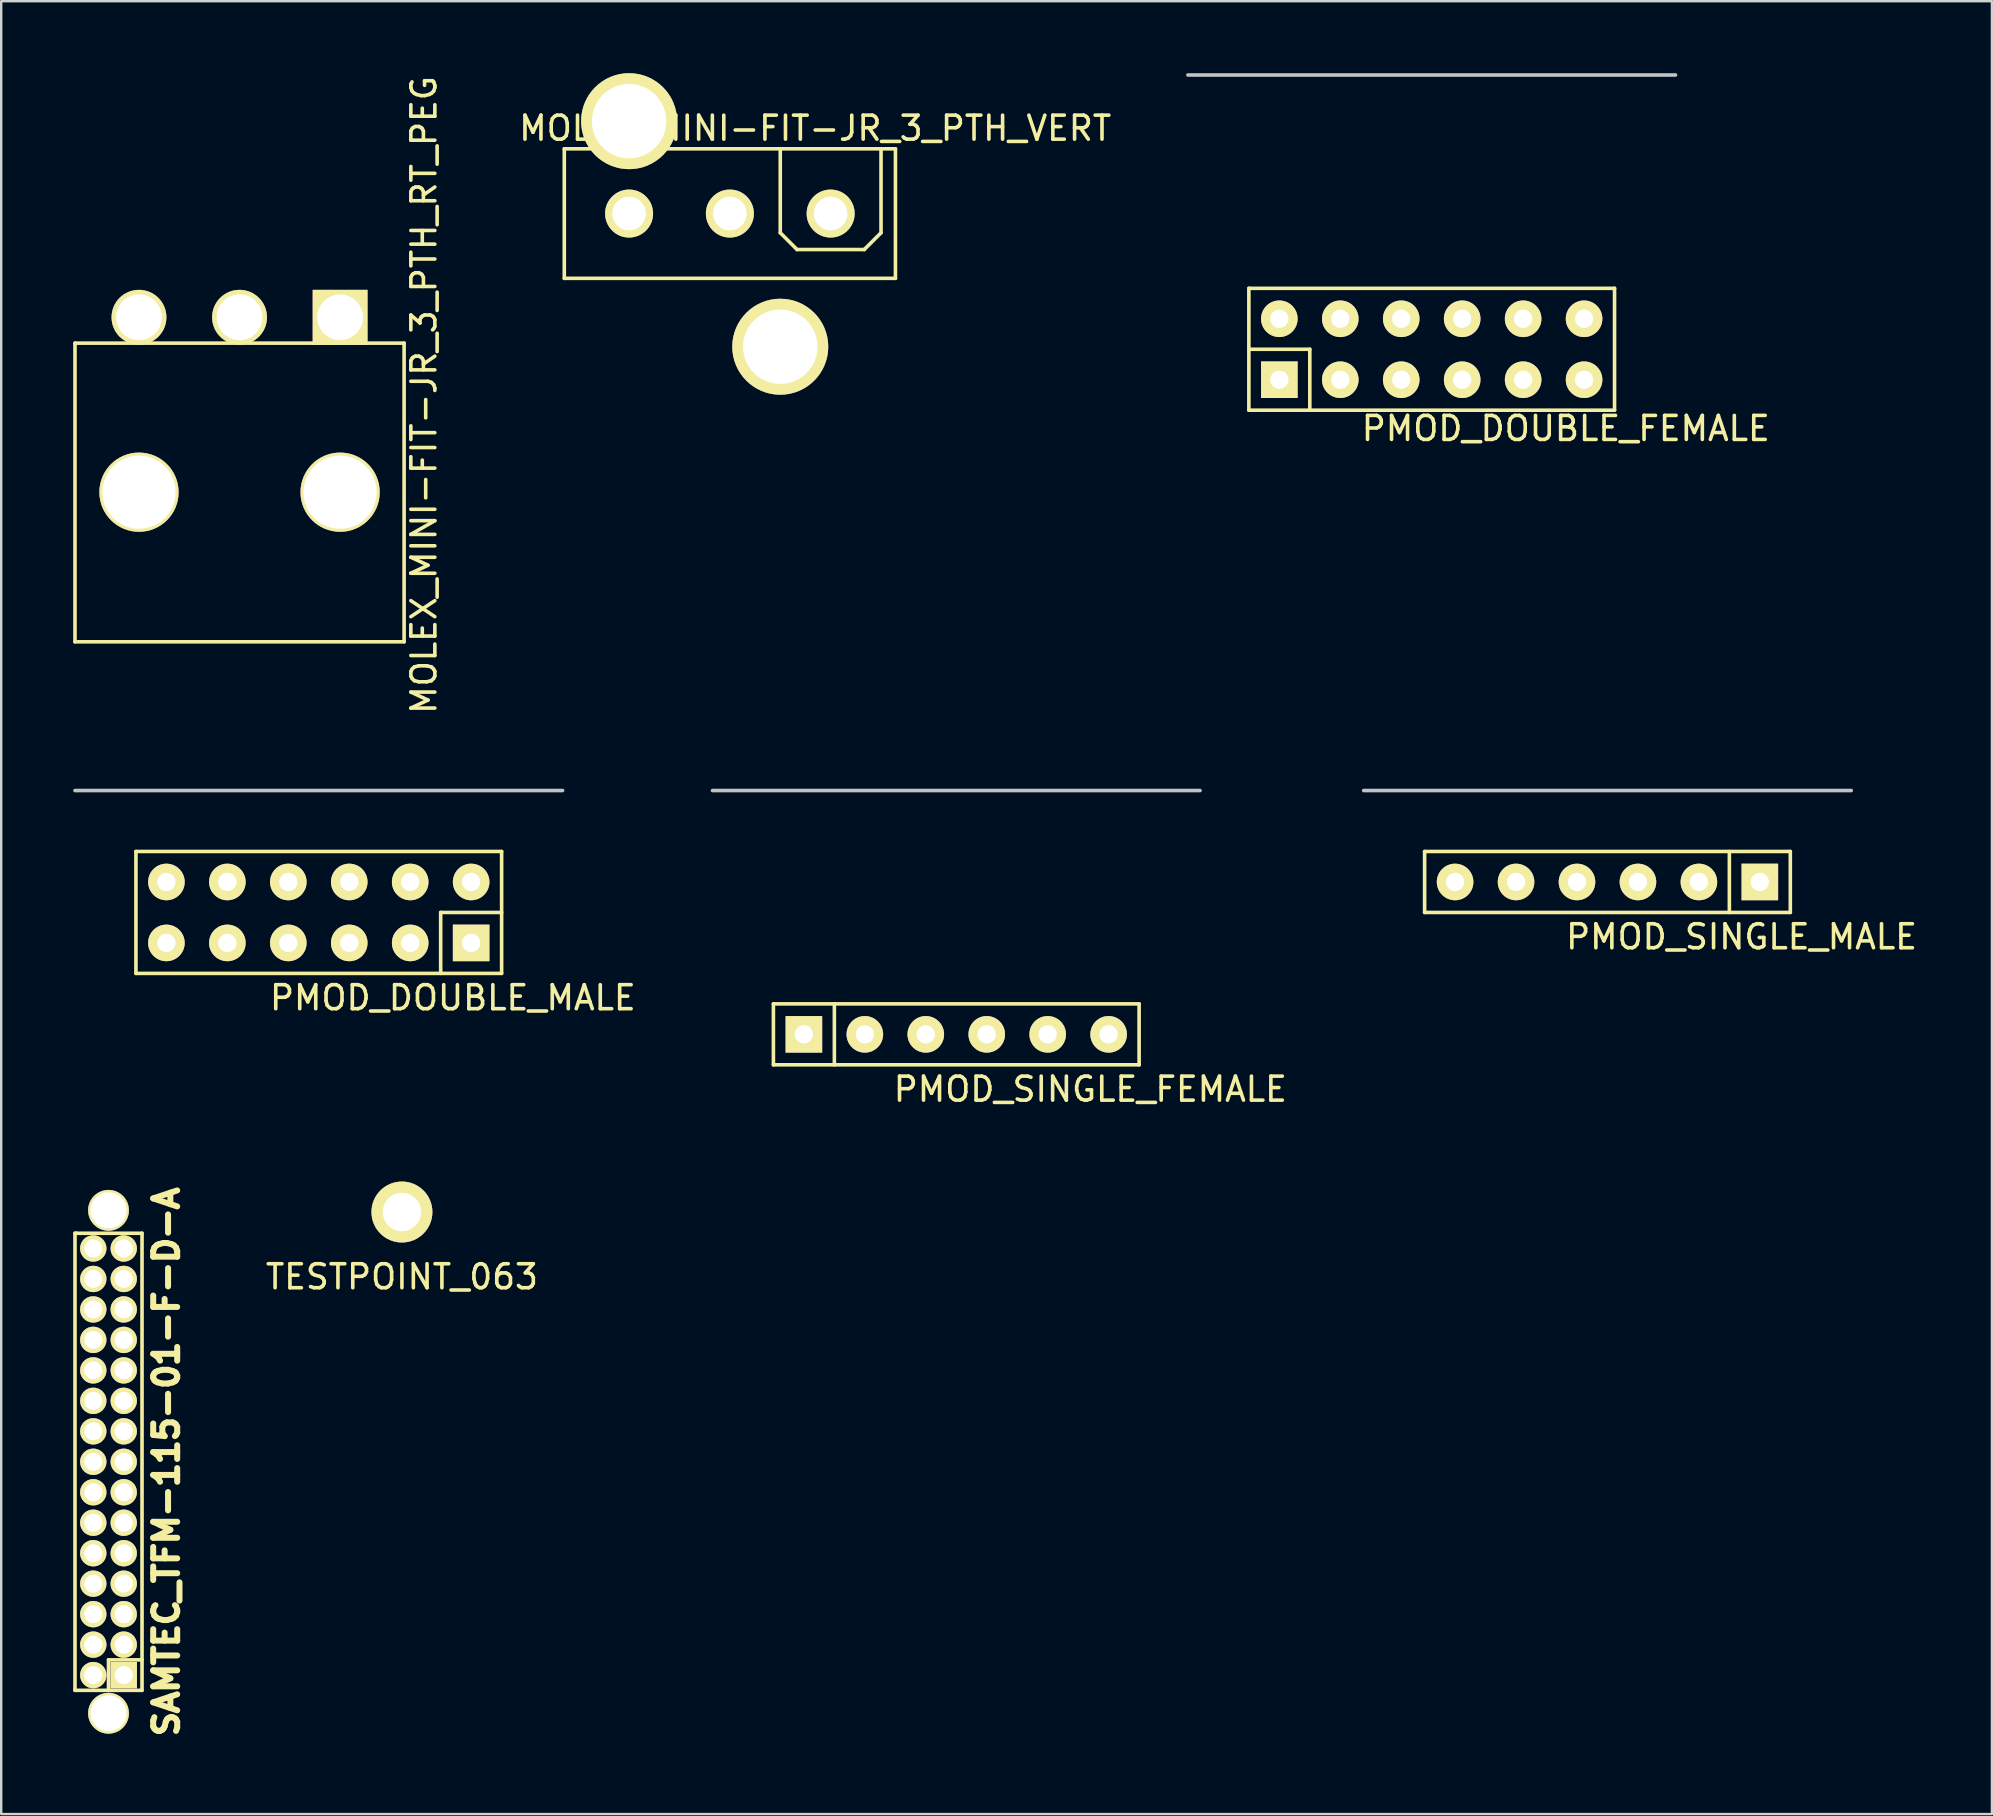
<source format=kicad_pcb>
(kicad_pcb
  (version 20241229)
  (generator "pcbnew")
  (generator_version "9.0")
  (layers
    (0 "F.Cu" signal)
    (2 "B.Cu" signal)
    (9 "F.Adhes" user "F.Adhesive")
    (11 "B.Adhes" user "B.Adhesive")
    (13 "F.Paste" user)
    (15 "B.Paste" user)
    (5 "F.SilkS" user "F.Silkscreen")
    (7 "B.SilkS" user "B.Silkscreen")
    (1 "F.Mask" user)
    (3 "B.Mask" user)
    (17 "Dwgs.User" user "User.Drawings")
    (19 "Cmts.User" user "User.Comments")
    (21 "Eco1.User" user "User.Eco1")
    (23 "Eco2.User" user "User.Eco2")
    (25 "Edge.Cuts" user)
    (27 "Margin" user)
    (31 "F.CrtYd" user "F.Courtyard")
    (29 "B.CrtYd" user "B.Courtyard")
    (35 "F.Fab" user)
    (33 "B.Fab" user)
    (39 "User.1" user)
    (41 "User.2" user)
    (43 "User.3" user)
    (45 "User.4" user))
  (footprint "SAMTEC_TFM-115-01-F-D-A"
    (layer "F.Cu")
    (at 1.472 57.87)
    (property "Reference" "SAMTEC_TFM-115-01-F-D-A" (at 2.413 0 90) (layer "F.SilkS") (effects (font (size 1 1) (thickness 0.25))))
    (attr through_hole)
    (fp_line (start -1.397 -9.525) (end -1.397 9.525) (stroke (width 0.15) (type solid)) (layer "F.SilkS"))
    (fp_line (start -1.397 9.525) (end 0 9.525) (stroke (width 0.15) (type solid)) (layer "F.SilkS"))
    (fp_line (start -1.333 -9.525) (end -1.397 -9.525) (stroke (width 0.15) (type solid)) (layer "F.SilkS"))
    (fp_line (start 0 8.255) (end 0 9.525) (stroke (width 0.15) (type solid)) (layer "F.SilkS"))
    (fp_line (start 0 8.255) (end 1.397 8.255) (stroke (width 0.15) (type solid)) (layer "F.SilkS"))
    (fp_line (start 0 9.525) (end 1.397 9.525) (stroke (width 0.15) (type solid)) (layer "F.SilkS"))
    (fp_line (start 1.397 -9.525) (end -1.333 -9.525) (stroke (width 0.15) (type solid)) (layer "F.SilkS"))
    (fp_line (start 1.397 9.525) (end 1.397 -9.525) (stroke (width 0.15) (type solid)) (layer "F.SilkS"))
    (pad "" thru_hole circle (at 0 -10.48) (size 1.7 1.7) (drill 1.5) (layers "*.Cu" "*.Mask" "F.SilkS"))
    (pad "" thru_hole circle (at 0 10.48) (size 1.7 1.7) (drill 1.5) (layers "*.Cu" "*.Mask" "F.SilkS"))
    (pad "1" thru_hole rect (at 0.635 8.89) (size 1.1 1.1) (drill 0.75) (layers "*.Cu" "*.Mask" "F.SilkS"))
    (pad "2" thru_hole circle (at -0.635 8.89) (size 1.1 1.1) (drill 0.75) (layers "*.Cu" "*.Mask" "F.SilkS"))
    (pad "3" thru_hole circle (at 0.635 7.62) (size 1.1 1.1) (drill 0.75) (layers "*.Cu" "*.Mask" "F.SilkS"))
    (pad "4" thru_hole circle (at -0.635 7.62) (size 1.1 1.1) (drill 0.75) (layers "*.Cu" "*.Mask" "F.SilkS"))
    (pad "5" thru_hole circle (at 0.635 6.35) (size 1.1 1.1) (drill 0.75) (layers "*.Cu" "*.Mask" "F.SilkS"))
    (pad "6" thru_hole circle (at -0.635 6.35) (size 1.1 1.1) (drill 0.75) (layers "*.Cu" "*.Mask" "F.SilkS"))
    (pad "7" thru_hole circle (at 0.635 5.08) (size 1.1 1.1) (drill 0.75) (layers "*.Cu" "*.Mask" "F.SilkS"))
    (pad "8" thru_hole circle (at -0.635 5.08) (size 1.1 1.1) (drill 0.75) (layers "*.Cu" "*.Mask" "F.SilkS"))
    (pad "9" thru_hole circle (at 0.635 3.81) (size 1.1 1.1) (drill 0.75) (layers "*.Cu" "*.Mask" "F.SilkS"))
    (pad "10" thru_hole circle (at -0.635 3.81) (size 1.1 1.1) (drill 0.75) (layers "*.Cu" "*.Mask" "F.SilkS"))
    (pad "11" thru_hole circle (at 0.635 2.54) (size 1.1 1.1) (drill 0.75) (layers "*.Cu" "*.Mask" "F.SilkS"))
    (pad "12" thru_hole circle (at -0.635 2.54) (size 1.1 1.1) (drill 0.75) (layers "*.Cu" "*.Mask" "F.SilkS"))
    (pad "13" thru_hole circle (at 0.635 1.27) (size 1.1 1.1) (drill 0.75) (layers "*.Cu" "*.Mask" "F.SilkS"))
    (pad "14" thru_hole circle (at -0.635 1.27) (size 1.1 1.1) (drill 0.75) (layers "*.Cu" "*.Mask" "F.SilkS"))
    (pad "15" thru_hole circle (at 0.635 0) (size 1.1 1.1) (drill 0.75) (layers "*.Cu" "*.Mask" "F.SilkS"))
    (pad "16" thru_hole circle (at -0.635 0) (size 1.1 1.1) (drill 0.75) (layers "*.Cu" "*.Mask" "F.SilkS"))
    (pad "17" thru_hole circle (at 0.635 -1.27) (size 1.1 1.1) (drill 0.75) (layers "*.Cu" "*.Mask" "F.SilkS"))
    (pad "18" thru_hole circle (at -0.635 -1.27) (size 1.1 1.1) (drill 0.75) (layers "*.Cu" "*.Mask" "F.SilkS"))
    (pad "19" thru_hole circle (at 0.635 -2.54) (size 1.1 1.1) (drill 0.75) (layers "*.Cu" "*.Mask" "F.SilkS"))
    (pad "20" thru_hole circle (at -0.635 -2.54) (size 1.1 1.1) (drill 0.75) (layers "*.Cu" "*.Mask" "F.SilkS"))
    (pad "21" thru_hole circle (at 0.635 -3.81) (size 1.1 1.1) (drill 0.75) (layers "*.Cu" "*.Mask" "F.SilkS"))
    (pad "22" thru_hole circle (at -0.635 -3.81) (size 1.1 1.1) (drill 0.75) (layers "*.Cu" "*.Mask" "F.SilkS"))
    (pad "23" thru_hole circle (at 0.635 -5.08) (size 1.1 1.1) (drill 0.75) (layers "*.Cu" "*.Mask" "F.SilkS"))
    (pad "24" thru_hole circle (at -0.635 -5.08) (size 1.1 1.1) (drill 0.75) (layers "*.Cu" "*.Mask" "F.SilkS"))
    (pad "25" thru_hole circle (at 0.635 -6.35) (size 1.1 1.1) (drill 0.75) (layers "*.Cu" "*.Mask" "F.SilkS"))
    (pad "26" thru_hole circle (at -0.635 -6.35) (size 1.1 1.1) (drill 0.75) (layers "*.Cu" "*.Mask" "F.SilkS"))
    (pad "27" thru_hole circle (at 0.635 -7.62) (size 1.1 1.1) (drill 0.75) (layers "*.Cu" "*.Mask" "F.SilkS"))
    (pad "28" thru_hole circle (at -0.635 -7.62) (size 1.1 1.1) (drill 0.75) (layers "*.Cu" "*.Mask" "F.SilkS"))
    (pad "29" thru_hole circle (at 0.635 -8.89) (size 1.1 1.1) (drill 0.75) (layers "*.Cu" "*.Mask" "F.SilkS"))
    (pad "30" thru_hole circle (at -0.635 -8.89) (size 1.1 1.1) (drill 0.75) (layers "*.Cu" "*.Mask" "F.SilkS")))
  (footprint "PMOD_SINGLE_FEMALE"
    (layer "F.Cu")
    (at 36.802 34.976)
    (property "Reference" "PMOD_SINGLE_FEMALE" (at 5.588 7.366 0) (layer "F.SilkS") (effects (font (size 1 1) (thickness 0.15))))
    (attr through_hole)
    (fp_line (start -7.62 3.81) (end -7.62 6.35) (stroke (width 0.15) (type solid)) (layer "F.SilkS"))
    (fp_line (start -7.62 6.35) (end 7.62 6.35) (stroke (width 0.15) (type solid)) (layer "F.SilkS"))
    (fp_line (start -5.08 3.81) (end -5.08 6.35) (stroke (width 0.15) (type solid)) (layer "F.SilkS"))
    (fp_line (start 7.62 3.81) (end -7.62 3.81) (stroke (width 0.15) (type solid)) (layer "F.SilkS"))
    (fp_line (start 7.62 6.35) (end 7.62 3.81) (stroke (width 0.15) (type solid)) (layer "F.SilkS"))
    (fp_line (start -10.16 -5.08) (end 10.16 -5.08) (stroke (width 0.15) (type solid)) (layer "Dwgs.User"))
    (pad "1" thru_hole rect (at -6.35 5.08) (size 1.524 1.524) (drill 0.762) (layers "*.Cu" "*.Mask" "F.SilkS"))
    (pad "2" thru_hole circle (at -3.81 5.08) (size 1.524 1.524) (drill 0.762) (layers "*.Cu" "*.Mask" "F.SilkS"))
    (pad "3" thru_hole circle (at -1.27 5.08) (size 1.524 1.524) (drill 0.762) (layers "*.Cu" "*.Mask" "F.SilkS"))
    (pad "4" thru_hole circle (at 1.27 5.08) (size 1.524 1.524) (drill 0.762) (layers "*.Cu" "*.Mask" "F.SilkS"))
    (pad "5" thru_hole circle (at 3.81 5.08) (size 1.524 1.524) (drill 0.762) (layers "*.Cu" "*.Mask" "F.SilkS"))
    (pad "6" thru_hole circle (at 6.35 5.08) (size 1.524 1.524) (drill 0.762) (layers "*.Cu" "*.Mask" "F.SilkS")))
  (footprint "PMOD_SINGLE_MALE"
    (layer "F.Cu")
    (at 63.941 31.674)
    (property "Reference" "PMOD_SINGLE_MALE" (at 5.588 4.318 0) (layer "F.SilkS") (effects (font (size 1 1) (thickness 0.15))))
    (attr through_hole)
    (fp_line (start -7.62 0.762) (end 7.62 0.762) (stroke (width 0.15) (type solid)) (layer "F.SilkS"))
    (fp_line (start -7.62 3.302) (end -7.62 0.762) (stroke (width 0.15) (type solid)) (layer "F.SilkS"))
    (fp_line (start 5.08 0.762) (end 5.08 3.302) (stroke (width 0.15) (type solid)) (layer "F.SilkS"))
    (fp_line (start 7.62 0.762) (end 7.62 3.302) (stroke (width 0.15) (type solid)) (layer "F.SilkS"))
    (fp_line (start 7.62 3.302) (end -7.62 3.302) (stroke (width 0.15) (type solid)) (layer "F.SilkS"))
    (fp_line (start -10.16 -1.778) (end 10.16 -1.778) (stroke (width 0.15) (type solid)) (layer "Dwgs.User"))
    (pad "1" thru_hole rect (at 6.35 2.032 180) (size 1.524 1.524) (drill 0.762) (layers "*.Cu" "*.Mask" "F.SilkS"))
    (pad "2" thru_hole circle (at 3.81 2.032 180) (size 1.524 1.524) (drill 0.762) (layers "*.Cu" "*.Mask" "F.SilkS"))
    (pad "3" thru_hole circle (at 1.27 2.032 180) (size 1.524 1.524) (drill 0.762) (layers "*.Cu" "*.Mask" "F.SilkS"))
    (pad "4" thru_hole circle (at -1.27 2.032 180) (size 1.524 1.524) (drill 0.762) (layers "*.Cu" "*.Mask" "F.SilkS"))
    (pad "5" thru_hole circle (at -3.81 2.032 180) (size 1.524 1.524) (drill 0.762) (layers "*.Cu" "*.Mask" "F.SilkS"))
    (pad "6" thru_hole circle (at -6.35 2.032 180) (size 1.524 1.524) (drill 0.762) (layers "*.Cu" "*.Mask" "F.SilkS")))
  (footprint "MOLEX_MINI-FIT-JR_3_PTH_VERT"
    (layer "F.Cu")
    (at 27.367 5.85)
    (property "Reference" "MOLEX_MINI-FIT-JR_3_PTH_VERT" (at 3.556 -3.556 0) (layer "F.SilkS") (effects (font (size 1 1) (thickness 0.15))))
    (attr through_hole)
    (fp_line (start -6.9 -2.7) (end 6.9 -2.7) (stroke (width 0.15) (type solid)) (layer "F.SilkS"))
    (fp_line (start -6.9 2.7) (end -6.9 -2.7) (stroke (width 0.15) (type solid)) (layer "F.SilkS"))
    (fp_line (start 2.1 -2.7) (end 2.1 0.8) (stroke (width 0.15) (type solid)) (layer "F.SilkS"))
    (fp_line (start 2.1 0.8) (end 2.8 1.5) (stroke (width 0.15) (type solid)) (layer "F.SilkS"))
    (fp_line (start 2.8 1.5) (end 5.6 1.5) (stroke (width 0.15) (type solid)) (layer "F.SilkS"))
    (fp_line (start 5.6 1.5) (end 6.3 0.8) (stroke (width 0.15) (type solid)) (layer "F.SilkS"))
    (fp_line (start 6.3 0.8) (end 6.3 -2.7) (stroke (width 0.15) (type solid)) (layer "F.SilkS"))
    (fp_line (start 6.9 -2.7) (end 6.9 2.7) (stroke (width 0.15) (type solid)) (layer "F.SilkS"))
    (fp_line (start 6.9 2.7) (end -6.9 2.7) (stroke (width 0.15) (type solid)) (layer "F.SilkS"))
    (pad "" thru_hole circle (at -4.2 -3.85) (size 4 4) (drill 3.1) (layers "*.Cu" "*.Mask" "F.SilkS"))
    (pad "" thru_hole circle (at 2.1 5.55) (size 4 4) (drill 3.1) (layers "*.Cu" "*.Mask" "F.SilkS"))
    (pad "1" thru_hole circle (at 4.2 0) (size 2 2) (drill 1.4) (layers "*.Cu" "*.Mask" "F.SilkS"))
    (pad "2" thru_hole circle (at 0 0) (size 2 2) (drill 1.4) (layers "*.Cu" "*.Mask" "F.SilkS"))
    (pad "3" thru_hole circle (at -4.2 0) (size 2 2) (drill 1.4) (layers "*.Cu" "*.Mask" "F.SilkS")))
  (footprint "TESTPOINT_063"
    (layer "F.Cu")
    (at 13.7 47.461)
    (property "Reference" "TESTPOINT_063" (at 0 2.7 0) (layer "F.SilkS") (effects (font (size 1 1) (thickness 0.15))))
    (attr through_hole)
    (pad "1" thru_hole circle (at 0 0) (size 2.54 2.54) (drill 1.6) (layers "*.Cu" "*.Mask" "F.SilkS")))
  (footprint "PMOD_DOUBLE_MALE"
    (layer "F.Cu")
    (at 10.235 32.436)
    (property "Reference" "PMOD_DOUBLE_MALE" (at 5.588 6.096 0) (layer "F.SilkS") (effects (font (size 1 1) (thickness 0.15))))
    (attr through_hole)
    (fp_line (start -7.62 0) (end 7.62 0) (stroke (width 0.15) (type solid)) (layer "F.SilkS"))
    (fp_line (start -7.62 5.08) (end -7.62 0) (stroke (width 0.15) (type solid)) (layer "F.SilkS"))
    (fp_line (start 5.08 2.54) (end 5.08 5.08) (stroke (width 0.15) (type solid)) (layer "F.SilkS"))
    (fp_line (start 7.62 2.54) (end 5.08 2.54) (stroke (width 0.15) (type solid)) (layer "F.SilkS"))
    (fp_line (start 7.62 5.08) (end -7.62 5.08) (stroke (width 0.15) (type solid)) (layer "F.SilkS"))
    (fp_line (start 7.62 5.08) (end 7.62 0) (stroke (width 0.15) (type solid)) (layer "F.SilkS"))
    (fp_line (start -10.16 -2.54) (end 10.16 -2.54) (stroke (width 0.15) (type solid)) (layer "Dwgs.User"))
    (pad "1" thru_hole rect (at 6.35 3.81 180) (size 1.524 1.524) (drill 0.762) (layers "*.Cu" "*.Mask" "F.SilkS"))
    (pad "2" thru_hole circle (at 3.81 3.81 180) (size 1.524 1.524) (drill 0.762) (layers "*.Cu" "*.Mask" "F.SilkS"))
    (pad "3" thru_hole circle (at 1.27 3.81 180) (size 1.524 1.524) (drill 0.762) (layers "*.Cu" "*.Mask" "F.SilkS"))
    (pad "4" thru_hole circle (at -1.27 3.81 180) (size 1.524 1.524) (drill 0.762) (layers "*.Cu" "*.Mask" "F.SilkS"))
    (pad "5" thru_hole circle (at -3.81 3.81 180) (size 1.524 1.524) (drill 0.762) (layers "*.Cu" "*.Mask" "F.SilkS"))
    (pad "6" thru_hole circle (at -6.35 3.81 180) (size 1.524 1.524) (drill 0.762) (layers "*.Cu" "*.Mask" "F.SilkS"))
    (pad "7" thru_hole circle (at 6.35 1.27) (size 1.524 1.524) (drill 0.762) (layers "*.Cu" "*.Mask" "F.SilkS"))
    (pad "8" thru_hole circle (at 3.81 1.27) (size 1.524 1.524) (drill 0.762) (layers "*.Cu" "*.Mask" "F.SilkS"))
    (pad "9" thru_hole circle (at 1.27 1.27) (size 1.524 1.524) (drill 0.762) (layers "*.Cu" "*.Mask" "F.SilkS"))
    (pad "10" thru_hole circle (at -1.27 1.27) (size 1.524 1.524) (drill 0.762) (layers "*.Cu" "*.Mask" "F.SilkS"))
    (pad "11" thru_hole circle (at -3.81 1.27) (size 1.524 1.524) (drill 0.762) (layers "*.Cu" "*.Mask" "F.SilkS"))
    (pad "12" thru_hole circle (at -6.35 1.27) (size 1.524 1.524) (drill 0.762) (layers "*.Cu" "*.Mask" "F.SilkS")))
  (footprint "MOLEX_MINI-FIT-JR_3_PTH_RT_PEG"
    (layer "F.Cu")
    (at 6.933 10.172)
    (property "Reference" "MOLEX_MINI-FIT-JR_3_PTH_RT_PEG" (at 7.684 3.239 90) (layer "F.SilkS") (effects (font (size 1 1) (thickness 0.15))))
    (attr through_hole)
    (fp_line (start -6.858 1.079) (end 6.858 1.079) (stroke (width 0.15) (type solid)) (layer "F.SilkS"))
    (fp_line (start -6.858 13.525) (end -6.858 1.079) (stroke (width 0.15) (type solid)) (layer "F.SilkS"))
    (fp_line (start 6.858 1.079) (end 6.858 13.525) (stroke (width 0.15) (type solid)) (layer "F.SilkS"))
    (fp_line (start 6.858 13.525) (end -6.858 13.525) (stroke (width 0.15) (type solid)) (layer "F.SilkS"))
    (pad "" np_thru_hole circle (at -4.191 7.29) (size 3.302 3.302) (drill 3.048) (layers "*.Cu" "*.Mask" "F.SilkS"))
    (pad "" np_thru_hole circle (at 4.191 7.29) (size 3.302 3.302) (drill 3.048) (layers "*.Cu" "*.Mask" "F.SilkS"))
    (pad "1" thru_hole rect (at 4.191 0) (size 2.286 2.286) (drill 1.905) (layers "*.Cu" "*.Mask" "F.SilkS"))
    (pad "2" thru_hole circle (at 0 0) (size 2.286 2.286) (drill 1.905) (layers "*.Cu" "*.Mask" "F.SilkS"))
    (pad "3" thru_hole circle (at -4.191 0) (size 2.286 2.286) (drill 1.905) (layers "*.Cu" "*.Mask" "F.SilkS")))
  (footprint "PMOD_DOUBLE_FEMALE"
    (layer "F.Cu")
    (at 56.616 5.155)
    (property "Reference" "PMOD_DOUBLE_FEMALE" (at 5.588 9.652 0) (layer "F.SilkS") (effects (font (size 1 1) (thickness 0.15))))
    (attr through_hole)
    (fp_line (start -7.62 6.35) (end -5.08 6.35) (stroke (width 0.15) (type solid)) (layer "F.SilkS"))
    (fp_line (start -7.62 8.89) (end -7.62 3.81) (stroke (width 0.15) (type solid)) (layer "F.SilkS"))
    (fp_line (start -7.62 8.89) (end 7.62 8.89) (stroke (width 0.15) (type solid)) (layer "F.SilkS"))
    (fp_line (start -5.08 6.35) (end -5.08 8.89) (stroke (width 0.15) (type solid)) (layer "F.SilkS"))
    (fp_line (start 7.62 3.81) (end -7.62 3.81) (stroke (width 0.15) (type solid)) (layer "F.SilkS"))
    (fp_line (start 7.62 8.89) (end 7.62 3.81) (stroke (width 0.15) (type solid)) (layer "F.SilkS"))
    (fp_line (start -10.16 -5.08) (end 10.16 -5.08) (stroke (width 0.15) (type solid)) (layer "Dwgs.User"))
    (pad "1" thru_hole rect (at -6.35 7.62) (size 1.524 1.524) (drill 0.762) (layers "*.Cu" "*.Mask" "F.SilkS"))
    (pad "2" thru_hole circle (at -3.81 7.62) (size 1.524 1.524) (drill 0.762) (layers "*.Cu" "*.Mask" "F.SilkS"))
    (pad "3" thru_hole circle (at -1.27 7.62) (size 1.524 1.524) (drill 0.762) (layers "*.Cu" "*.Mask" "F.SilkS"))
    (pad "4" thru_hole circle (at 1.27 7.62) (size 1.524 1.524) (drill 0.762) (layers "*.Cu" "*.Mask" "F.SilkS"))
    (pad "5" thru_hole circle (at 3.81 7.62) (size 1.524 1.524) (drill 0.762) (layers "*.Cu" "*.Mask" "F.SilkS"))
    (pad "6" thru_hole circle (at 6.35 7.62) (size 1.524 1.524) (drill 0.762) (layers "*.Cu" "*.Mask" "F.SilkS"))
    (pad "7" thru_hole circle (at -6.35 5.08 180) (size 1.524 1.524) (drill 0.762) (layers "*.Cu" "*.Mask" "F.SilkS"))
    (pad "8" thru_hole circle (at -3.81 5.08 180) (size 1.524 1.524) (drill 0.762) (layers "*.Cu" "*.Mask" "F.SilkS"))
    (pad "9" thru_hole circle (at -1.27 5.08 180) (size 1.524 1.524) (drill 0.762) (layers "*.Cu" "*.Mask" "F.SilkS"))
    (pad "10" thru_hole circle (at 1.27 5.08 180) (size 1.524 1.524) (drill 0.762) (layers "*.Cu" "*.Mask" "F.SilkS"))
    (pad "11" thru_hole circle (at 3.81 5.08 180) (size 1.524 1.524) (drill 0.762) (layers "*.Cu" "*.Mask" "F.SilkS"))
    (pad "12" thru_hole circle (at 6.35 5.08 180) (size 1.524 1.524) (drill 0.762) (layers "*.Cu" "*.Mask" "F.SilkS")))
  (gr_rect
    (start -3 -3)
    (end 79.963 72.55)
    (stroke (width 0.1) (type default))
    (fill no)
    (layer "Edge.Cuts")))
</source>
